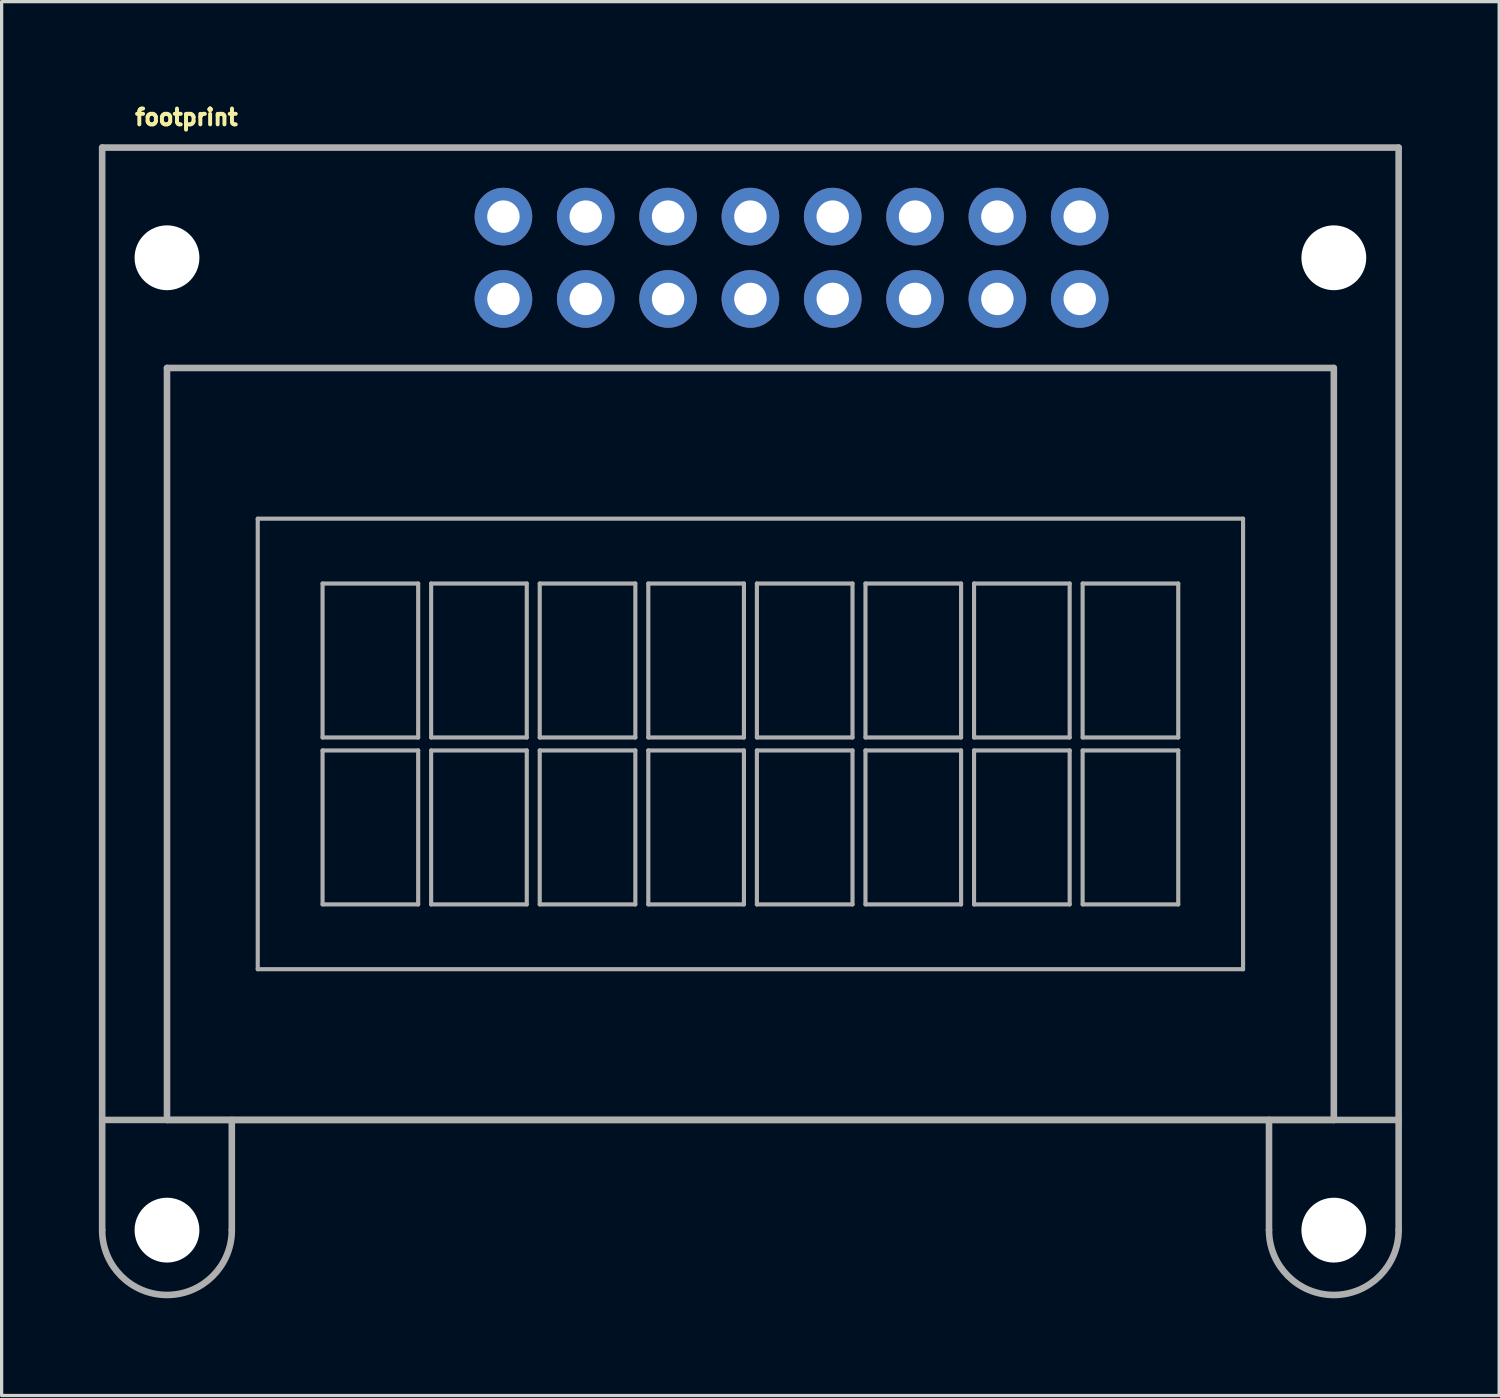
<source format=kicad_pcb>
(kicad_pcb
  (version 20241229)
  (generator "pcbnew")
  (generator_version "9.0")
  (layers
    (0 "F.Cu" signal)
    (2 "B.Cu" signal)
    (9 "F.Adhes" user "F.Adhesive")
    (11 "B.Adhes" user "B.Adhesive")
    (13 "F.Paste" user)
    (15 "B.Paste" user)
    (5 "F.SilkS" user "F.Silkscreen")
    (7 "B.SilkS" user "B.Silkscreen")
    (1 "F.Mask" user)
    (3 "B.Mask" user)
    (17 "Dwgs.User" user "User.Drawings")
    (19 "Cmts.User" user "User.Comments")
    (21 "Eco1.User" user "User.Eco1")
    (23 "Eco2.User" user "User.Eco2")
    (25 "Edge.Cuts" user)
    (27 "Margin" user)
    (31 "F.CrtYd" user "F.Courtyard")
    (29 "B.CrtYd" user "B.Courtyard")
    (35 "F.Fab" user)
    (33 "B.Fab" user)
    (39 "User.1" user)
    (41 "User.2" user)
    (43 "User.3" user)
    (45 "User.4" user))
  (footprint "footprint"
    (layer "F.Cu")
    (at 20.102 19.903)
    (property "Reference" "footprint" (at -19.05 -19.05 0) (layer "F.SilkS") (effects (font (size 0.488 0.488) (thickness 0.122)) (justify left bottom)))
    (fp_poly (pts (xy 2.699 -16.733) (xy 2.841 -16.658) (xy 2.957 -16.539) (xy 3.047 -16.244) (xy 3.02 -16.084) (xy 2.948 -15.945) (xy 2.836 -15.835) (xy 2.695 -15.764) (xy 2.54 -15.741) (xy 2.387 -15.762) (xy 2.246 -15.83) (xy 2.13 -15.941) (xy 2.031 -16.223) (xy 2.053 -16.389) (xy 2.123 -16.536) (xy 2.239 -16.658) (xy 2.535 -16.762)) (stroke (width 0) (type solid)) (fill yes) (layer "F.Mask"))
    (fp_poly (pts (xy 2.699 -14.193) (xy 2.841 -14.118) (xy 2.957 -13.999) (xy 3.047 -13.704) (xy 3.02 -13.544) (xy 2.948 -13.405) (xy 2.836 -13.295) (xy 2.695 -13.224) (xy 2.54 -13.201) (xy 2.387 -13.222) (xy 2.246 -13.29) (xy 2.13 -13.401) (xy 2.031 -13.683) (xy 2.053 -13.849) (xy 2.123 -13.996) (xy 2.239 -14.118) (xy 2.535 -14.222)) (stroke (width 0) (type solid)) (fill yes) (layer "F.Mask"))
    (fp_poly (pts (xy 5.239 -16.733) (xy 5.381 -16.658) (xy 5.497 -16.539) (xy 5.587 -16.244) (xy 5.56 -16.084) (xy 5.488 -15.945) (xy 5.376 -15.835) (xy 5.235 -15.764) (xy 5.08 -15.741) (xy 4.927 -15.762) (xy 4.786 -15.83) (xy 4.67 -15.941) (xy 4.571 -16.223) (xy 4.593 -16.389) (xy 4.663 -16.536) (xy 4.779 -16.658) (xy 5.075 -16.762)) (stroke (width 0) (type solid)) (fill yes) (layer "F.Mask"))
    (fp_poly (pts (xy 5.239 -14.193) (xy 5.381 -14.118) (xy 5.497 -13.999) (xy 5.587 -13.704) (xy 5.56 -13.544) (xy 5.488 -13.405) (xy 5.376 -13.295) (xy 5.235 -13.224) (xy 5.08 -13.201) (xy 4.927 -13.222) (xy 4.786 -13.29) (xy 4.67 -13.401) (xy 4.571 -13.683) (xy 4.593 -13.849) (xy 4.663 -13.996) (xy 4.779 -14.118) (xy 5.075 -14.222)) (stroke (width 0) (type solid)) (fill yes) (layer "F.Mask"))
    (fp_poly (pts (xy 7.779 -16.733) (xy 7.921 -16.658) (xy 8.037 -16.539) (xy 8.127 -16.244) (xy 8.1 -16.084) (xy 8.028 -15.945) (xy 7.916 -15.835) (xy 7.775 -15.764) (xy 7.62 -15.741) (xy 7.467 -15.762) (xy 7.326 -15.83) (xy 7.21 -15.941) (xy 7.111 -16.223) (xy 7.133 -16.389) (xy 7.203 -16.536) (xy 7.319 -16.658) (xy 7.615 -16.762)) (stroke (width 0) (type solid)) (fill yes) (layer "F.Mask"))
    (fp_poly (pts (xy 7.779 -14.193) (xy 7.921 -14.118) (xy 8.037 -13.999) (xy 8.127 -13.704) (xy 8.1 -13.544) (xy 8.028 -13.405) (xy 7.916 -13.295) (xy 7.775 -13.224) (xy 7.62 -13.201) (xy 7.467 -13.222) (xy 7.326 -13.29) (xy 7.21 -13.401) (xy 7.111 -13.683) (xy 7.133 -13.849) (xy 7.203 -13.996) (xy 7.319 -14.118) (xy 7.615 -14.222)) (stroke (width 0) (type solid)) (fill yes) (layer "F.Mask"))
    (fp_poly (pts (xy 10.319 -16.733) (xy 10.461 -16.658) (xy 10.577 -16.539) (xy 10.667 -16.244) (xy 10.64 -16.084) (xy 10.568 -15.945) (xy 10.456 -15.835) (xy 10.315 -15.764) (xy 10.16 -15.741) (xy 10.007 -15.762) (xy 9.866 -15.83) (xy 9.75 -15.941) (xy 9.651 -16.223) (xy 9.673 -16.389) (xy 9.743 -16.536) (xy 9.859 -16.658) (xy 10.155 -16.762)) (stroke (width 0) (type solid)) (fill yes) (layer "F.Mask"))
    (fp_poly (pts (xy 10.319 -14.193) (xy 10.461 -14.118) (xy 10.577 -13.999) (xy 10.667 -13.704) (xy 10.64 -13.544) (xy 10.568 -13.405) (xy 10.456 -13.295) (xy 10.315 -13.224) (xy 10.16 -13.201) (xy 10.007 -13.222) (xy 9.866 -13.29) (xy 9.75 -13.401) (xy 9.651 -13.683) (xy 9.673 -13.849) (xy 9.743 -13.996) (xy 9.859 -14.118) (xy 10.155 -14.222)) (stroke (width 0) (type solid)) (fill yes) (layer "F.Mask"))
    (fp_poly (pts (xy 0.159 -16.733) (xy 0.301 -16.658) (xy 0.417 -16.539) (xy 0.507 -16.244) (xy 0.48 -16.084) (xy 0.408 -15.945) (xy 0.296 -15.835) (xy 0.155 -15.764) (xy 0.009 -15.743) (xy 0.000001 -15.805) (xy -0.008 -15.743) (xy -0.153 -15.762) (xy -0.294 -15.83) (xy -0.41 -15.941) (xy -0.509 -16.223) (xy -0.487 -16.389) (xy -0.417 -16.536) (xy -0.301 -16.658) (xy -0.005 -16.762)) (stroke (width 0) (type solid)) (fill yes) (layer "F.Mask"))
    (fp_poly (pts (xy 0.159 -14.193) (xy 0.301 -14.118) (xy 0.417 -13.999) (xy 0.507 -13.704) (xy 0.48 -13.544) (xy 0.408 -13.405) (xy 0.296 -13.295) (xy 0.155 -13.224) (xy 0.009 -13.203) (xy 0.000001 -13.265) (xy -0.008 -13.203) (xy -0.153 -13.222) (xy -0.294 -13.29) (xy -0.41 -13.401) (xy -0.509 -13.683) (xy -0.487 -13.849) (xy -0.417 -13.996) (xy -0.301 -14.118) (xy -0.005 -14.222)) (stroke (width 0) (type solid)) (fill yes) (layer "F.Mask"))
    (fp_poly (pts (xy -7.461 -16.733) (xy -7.319 -16.658) (xy -7.203 -16.539) (xy -7.115 -16.249) (xy -7.115 -16.235) (xy -7.14 -16.084) (xy -7.212 -15.945) (xy -7.324 -15.835) (xy -7.465 -15.764) (xy -7.611 -15.743) (xy -7.62 -15.805) (xy -7.628 -15.743) (xy -7.773 -15.762) (xy -7.914 -15.83) (xy -8.03 -15.941) (xy -8.129 -16.223) (xy -8.107 -16.389) (xy -8.037 -16.536) (xy -7.921 -16.658) (xy -7.625 -16.762)) (stroke (width 0) (type solid)) (fill yes) (layer "F.Mask"))
    (fp_poly (pts (xy -7.461 -14.193) (xy -7.319 -14.118) (xy -7.203 -13.999) (xy -7.115 -13.709) (xy -7.115 -13.695) (xy -7.14 -13.544) (xy -7.212 -13.405) (xy -7.324 -13.295) (xy -7.465 -13.224) (xy -7.611 -13.203) (xy -7.62 -13.265) (xy -7.628 -13.203) (xy -7.773 -13.222) (xy -7.914 -13.29) (xy -8.03 -13.401) (xy -8.129 -13.683) (xy -8.107 -13.849) (xy -8.037 -13.996) (xy -7.921 -14.118) (xy -7.625 -14.222)) (stroke (width 0) (type solid)) (fill yes) (layer "F.Mask"))
    (fp_poly (pts (xy -4.921 -16.733) (xy -4.779 -16.658) (xy -4.663 -16.539) (xy -4.575 -16.249) (xy -4.575 -16.235) (xy -4.6 -16.084) (xy -4.672 -15.945) (xy -4.784 -15.835) (xy -4.925 -15.764) (xy -5.071 -15.743) (xy -5.08 -15.805) (xy -5.088 -15.743) (xy -5.233 -15.762) (xy -5.374 -15.83) (xy -5.49 -15.941) (xy -5.589 -16.223) (xy -5.567 -16.389) (xy -5.497 -16.536) (xy -5.381 -16.658) (xy -5.085 -16.762)) (stroke (width 0) (type solid)) (fill yes) (layer "F.Mask"))
    (fp_poly (pts (xy -4.921 -14.193) (xy -4.779 -14.118) (xy -4.663 -13.999) (xy -4.575 -13.709) (xy -4.575 -13.695) (xy -4.6 -13.544) (xy -4.672 -13.405) (xy -4.784 -13.295) (xy -4.925 -13.224) (xy -5.071 -13.203) (xy -5.08 -13.265) (xy -5.088 -13.203) (xy -5.233 -13.222) (xy -5.374 -13.29) (xy -5.49 -13.401) (xy -5.589 -13.683) (xy -5.567 -13.849) (xy -5.497 -13.996) (xy -5.381 -14.118) (xy -5.085 -14.222)) (stroke (width 0) (type solid)) (fill yes) (layer "F.Mask"))
    (fp_poly (pts (xy -2.381 -16.733) (xy -2.239 -16.658) (xy -2.123 -16.539) (xy -2.035 -16.249) (xy -2.035 -16.235) (xy -2.06 -16.084) (xy -2.132 -15.945) (xy -2.244 -15.835) (xy -2.385 -15.764) (xy -2.531 -15.743) (xy -2.54 -15.805) (xy -2.548 -15.743) (xy -2.693 -15.762) (xy -2.834 -15.83) (xy -2.95 -15.941) (xy -3.049 -16.223) (xy -3.027 -16.389) (xy -2.957 -16.536) (xy -2.841 -16.658) (xy -2.545 -16.762)) (stroke (width 0) (type solid)) (fill yes) (layer "F.Mask"))
    (fp_poly (pts (xy -2.381 -14.193) (xy -2.239 -14.118) (xy -2.123 -13.999) (xy -2.035 -13.709) (xy -2.035 -13.695) (xy -2.06 -13.544) (xy -2.132 -13.405) (xy -2.244 -13.295) (xy -2.385 -13.224) (xy -2.531 -13.203) (xy -2.54 -13.265) (xy -2.548 -13.203) (xy -2.693 -13.222) (xy -2.834 -13.29) (xy -2.95 -13.401) (xy -3.049 -13.683) (xy -3.027 -13.849) (xy -2.957 -13.996) (xy -2.841 -14.118) (xy -2.545 -14.222)) (stroke (width 0) (type solid)) (fill yes) (layer "F.Mask"))
    (fp_poly (pts (xy -7.419 -17.244) (xy -7.227 -17.182) (xy -7.051 -17.085) (xy -6.897 -16.955) (xy -6.771 -16.797) (xy -6.679 -16.618) (xy -6.623 -16.424) (xy -6.606 -16.224) (xy -6.628 -16.029) (xy -6.687 -15.842) (xy -6.781 -15.67) (xy -6.907 -15.519) (xy -7.06 -15.396) (xy -7.234 -15.306) (xy -7.423 -15.251) (xy -7.617 -15.234) (xy -7.813 -15.25) (xy -8.003 -15.305) (xy -8.178 -15.396) (xy -8.332 -15.519) (xy -8.459 -15.67) (xy -8.556 -15.845) (xy -8.635 -16.214) (xy -8.572 -16.227) (xy -8.636 -16.233) (xy -8.619 -16.427) (xy -8.563 -16.621) (xy -8.47 -16.799) (xy -8.344 -16.957) (xy -8.19 -17.086) (xy -8.01 -17.185) (xy -7.623 -17.267)) (stroke (width 0) (type solid)) (fill yes) (layer "B.Mask"))
    (fp_poly (pts (xy -7.419 -14.704) (xy -7.227 -14.642) (xy -7.051 -14.545) (xy -6.897 -14.415) (xy -6.771 -14.257) (xy -6.679 -14.078) (xy -6.623 -13.884) (xy -6.606 -13.684) (xy -6.628 -13.489) (xy -6.687 -13.302) (xy -6.781 -13.13) (xy -6.907 -12.979) (xy -7.06 -12.856) (xy -7.234 -12.766) (xy -7.423 -12.711) (xy -7.617 -12.694) (xy -7.813 -12.71) (xy -8.003 -12.765) (xy -8.178 -12.856) (xy -8.332 -12.979) (xy -8.459 -13.13) (xy -8.556 -13.305) (xy -8.635 -13.674) (xy -8.572 -13.687) (xy -8.636 -13.693) (xy -8.619 -13.887) (xy -8.563 -14.081) (xy -8.47 -14.259) (xy -8.344 -14.417) (xy -8.19 -14.546) (xy -8.01 -14.645) (xy -7.623 -14.727)) (stroke (width 0) (type solid)) (fill yes) (layer "B.Mask"))
    (fp_poly (pts (xy -4.879 -17.244) (xy -4.687 -17.182) (xy -4.511 -17.085) (xy -4.357 -16.955) (xy -4.231 -16.797) (xy -4.139 -16.618) (xy -4.083 -16.424) (xy -4.066 -16.224) (xy -4.088 -16.029) (xy -4.147 -15.842) (xy -4.241 -15.67) (xy -4.367 -15.519) (xy -4.52 -15.396) (xy -4.694 -15.306) (xy -4.883 -15.251) (xy -5.077 -15.234) (xy -5.273 -15.25) (xy -5.463 -15.305) (xy -5.638 -15.396) (xy -5.792 -15.519) (xy -5.919 -15.67) (xy -6.016 -15.845) (xy -6.095 -16.214) (xy -6.032 -16.227) (xy -6.096 -16.233) (xy -6.079 -16.427) (xy -6.023 -16.621) (xy -5.93 -16.799) (xy -5.804 -16.957) (xy -5.65 -17.086) (xy -5.47 -17.185) (xy -5.083 -17.267)) (stroke (width 0) (type solid)) (fill yes) (layer "B.Mask"))
    (fp_poly (pts (xy -4.879 -14.704) (xy -4.687 -14.642) (xy -4.511 -14.545) (xy -4.357 -14.415) (xy -4.231 -14.257) (xy -4.139 -14.078) (xy -4.083 -13.884) (xy -4.066 -13.684) (xy -4.088 -13.489) (xy -4.147 -13.302) (xy -4.241 -13.13) (xy -4.367 -12.979) (xy -4.52 -12.856) (xy -4.694 -12.766) (xy -4.883 -12.711) (xy -5.077 -12.694) (xy -5.273 -12.71) (xy -5.463 -12.765) (xy -5.638 -12.856) (xy -5.792 -12.979) (xy -5.919 -13.13) (xy -6.016 -13.305) (xy -6.095 -13.674) (xy -6.032 -13.687) (xy -6.096 -13.693) (xy -6.079 -13.887) (xy -6.023 -14.081) (xy -5.93 -14.259) (xy -5.804 -14.417) (xy -5.65 -14.546) (xy -5.47 -14.645) (xy -5.083 -14.727)) (stroke (width 0) (type solid)) (fill yes) (layer "B.Mask"))
    (fp_poly (pts (xy -2.339 -17.244) (xy -2.147 -17.182) (xy -1.971 -17.085) (xy -1.817 -16.955) (xy -1.691 -16.797) (xy -1.599 -16.618) (xy -1.543 -16.424) (xy -1.526 -16.224) (xy -1.548 -16.029) (xy -1.607 -15.842) (xy -1.701 -15.67) (xy -1.827 -15.519) (xy -1.98 -15.396) (xy -2.154 -15.306) (xy -2.343 -15.251) (xy -2.537 -15.234) (xy -2.733 -15.25) (xy -2.923 -15.305) (xy -3.098 -15.396) (xy -3.252 -15.519) (xy -3.379 -15.67) (xy -3.476 -15.845) (xy -3.555 -16.214) (xy -3.492 -16.227) (xy -3.556 -16.233) (xy -3.539 -16.427) (xy -3.483 -16.621) (xy -3.39 -16.799) (xy -3.264 -16.957) (xy -3.11 -17.086) (xy -2.93 -17.185) (xy -2.543 -17.267)) (stroke (width 0) (type solid)) (fill yes) (layer "B.Mask"))
    (fp_poly (pts (xy -2.339 -14.704) (xy -2.147 -14.642) (xy -1.971 -14.545) (xy -1.817 -14.415) (xy -1.691 -14.257) (xy -1.599 -14.078) (xy -1.543 -13.884) (xy -1.526 -13.684) (xy -1.548 -13.489) (xy -1.607 -13.302) (xy -1.701 -13.13) (xy -1.827 -12.979) (xy -1.98 -12.856) (xy -2.154 -12.766) (xy -2.343 -12.711) (xy -2.537 -12.694) (xy -2.733 -12.71) (xy -2.923 -12.765) (xy -3.098 -12.856) (xy -3.252 -12.979) (xy -3.379 -13.13) (xy -3.476 -13.305) (xy -3.555 -13.674) (xy -3.492 -13.687) (xy -3.556 -13.693) (xy -3.539 -13.887) (xy -3.483 -14.081) (xy -3.39 -14.259) (xy -3.264 -14.417) (xy -3.11 -14.546) (xy -2.93 -14.645) (xy -2.543 -14.727)) (stroke (width 0) (type solid)) (fill yes) (layer "B.Mask"))
    (fp_poly (pts (xy 2.741 -17.244) (xy 2.933 -17.182) (xy 3.109 -17.085) (xy 3.263 -16.955) (xy 3.389 -16.797) (xy 3.481 -16.618) (xy 3.537 -16.424) (xy 3.553 -16.23) (xy 3.49 -16.225) (xy 3.553 -16.218) (xy 3.532 -16.029) (xy 3.473 -15.842) (xy 3.379 -15.67) (xy 3.253 -15.519) (xy 3.1 -15.396) (xy 2.926 -15.306) (xy 2.737 -15.251) (xy 2.543 -15.234) (xy 2.347 -15.25) (xy 2.157 -15.305) (xy 1.982 -15.396) (xy 1.828 -15.519) (xy 1.701 -15.67) (xy 1.604 -15.845) (xy 1.525 -16.214) (xy 1.588 -16.227) (xy 1.524 -16.233) (xy 1.541 -16.427) (xy 1.597 -16.621) (xy 1.69 -16.799) (xy 1.816 -16.957) (xy 1.97 -17.086) (xy 2.15 -17.185) (xy 2.537 -17.267)) (stroke (width 0) (type solid)) (fill yes) (layer "B.Mask"))
    (fp_poly (pts (xy 2.741 -14.704) (xy 2.933 -14.642) (xy 3.109 -14.545) (xy 3.263 -14.415) (xy 3.389 -14.257) (xy 3.481 -14.078) (xy 3.537 -13.884) (xy 3.553 -13.69) (xy 3.49 -13.685) (xy 3.553 -13.678) (xy 3.532 -13.489) (xy 3.473 -13.302) (xy 3.379 -13.13) (xy 3.253 -12.979) (xy 3.1 -12.856) (xy 2.926 -12.766) (xy 2.737 -12.711) (xy 2.543 -12.694) (xy 2.347 -12.71) (xy 2.157 -12.765) (xy 1.982 -12.856) (xy 1.828 -12.979) (xy 1.701 -13.13) (xy 1.604 -13.305) (xy 1.525 -13.674) (xy 1.588 -13.687) (xy 1.524 -13.693) (xy 1.541 -13.887) (xy 1.597 -14.081) (xy 1.69 -14.259) (xy 1.816 -14.417) (xy 1.97 -14.546) (xy 2.15 -14.645) (xy 2.537 -14.727)) (stroke (width 0) (type solid)) (fill yes) (layer "B.Mask"))
    (fp_poly (pts (xy 5.281 -17.244) (xy 5.473 -17.182) (xy 5.649 -17.085) (xy 5.803 -16.955) (xy 5.929 -16.797) (xy 6.021 -16.618) (xy 6.077 -16.424) (xy 6.093 -16.23) (xy 6.03 -16.225) (xy 6.093 -16.218) (xy 6.072 -16.029) (xy 6.013 -15.842) (xy 5.919 -15.67) (xy 5.793 -15.519) (xy 5.64 -15.396) (xy 5.466 -15.306) (xy 5.277 -15.251) (xy 5.083 -15.234) (xy 4.887 -15.25) (xy 4.697 -15.305) (xy 4.522 -15.396) (xy 4.368 -15.519) (xy 4.241 -15.67) (xy 4.144 -15.845) (xy 4.065 -16.214) (xy 4.128 -16.227) (xy 4.064 -16.233) (xy 4.081 -16.427) (xy 4.137 -16.621) (xy 4.23 -16.799) (xy 4.356 -16.957) (xy 4.51 -17.086) (xy 4.69 -17.185) (xy 5.077 -17.267)) (stroke (width 0) (type solid)) (fill yes) (layer "B.Mask"))
    (fp_poly (pts (xy 5.281 -14.704) (xy 5.473 -14.642) (xy 5.649 -14.545) (xy 5.803 -14.415) (xy 5.929 -14.257) (xy 6.021 -14.078) (xy 6.077 -13.884) (xy 6.093 -13.69) (xy 6.03 -13.685) (xy 6.093 -13.678) (xy 6.072 -13.489) (xy 6.013 -13.302) (xy 5.919 -13.13) (xy 5.793 -12.979) (xy 5.64 -12.856) (xy 5.466 -12.766) (xy 5.277 -12.711) (xy 5.083 -12.694) (xy 4.887 -12.71) (xy 4.697 -12.765) (xy 4.522 -12.856) (xy 4.368 -12.979) (xy 4.241 -13.13) (xy 4.144 -13.305) (xy 4.065 -13.674) (xy 4.128 -13.687) (xy 4.064 -13.693) (xy 4.081 -13.887) (xy 4.137 -14.081) (xy 4.23 -14.259) (xy 4.356 -14.417) (xy 4.51 -14.546) (xy 4.69 -14.645) (xy 5.077 -14.727)) (stroke (width 0) (type solid)) (fill yes) (layer "B.Mask"))
    (fp_poly (pts (xy 7.821 -17.244) (xy 8.013 -17.182) (xy 8.189 -17.085) (xy 8.343 -16.955) (xy 8.469 -16.797) (xy 8.561 -16.618) (xy 8.617 -16.424) (xy 8.633 -16.23) (xy 8.57 -16.225) (xy 8.633 -16.218) (xy 8.612 -16.029) (xy 8.553 -15.842) (xy 8.459 -15.67) (xy 8.333 -15.519) (xy 8.18 -15.396) (xy 8.006 -15.306) (xy 7.817 -15.251) (xy 7.623 -15.234) (xy 7.427 -15.25) (xy 7.237 -15.305) (xy 7.062 -15.396) (xy 6.908 -15.519) (xy 6.781 -15.67) (xy 6.684 -15.845) (xy 6.605 -16.214) (xy 6.668 -16.227) (xy 6.604 -16.233) (xy 6.621 -16.427) (xy 6.677 -16.621) (xy 6.77 -16.799) (xy 6.896 -16.957) (xy 7.05 -17.086) (xy 7.23 -17.185) (xy 7.617 -17.267)) (stroke (width 0) (type solid)) (fill yes) (layer "B.Mask"))
    (fp_poly (pts (xy 7.821 -14.704) (xy 8.013 -14.642) (xy 8.189 -14.545) (xy 8.343 -14.415) (xy 8.469 -14.257) (xy 8.561 -14.078) (xy 8.617 -13.884) (xy 8.633 -13.69) (xy 8.57 -13.685) (xy 8.633 -13.678) (xy 8.612 -13.489) (xy 8.553 -13.302) (xy 8.459 -13.13) (xy 8.333 -12.979) (xy 8.18 -12.856) (xy 8.006 -12.766) (xy 7.817 -12.711) (xy 7.623 -12.694) (xy 7.427 -12.71) (xy 7.237 -12.765) (xy 7.062 -12.856) (xy 6.908 -12.979) (xy 6.781 -13.13) (xy 6.684 -13.305) (xy 6.605 -13.674) (xy 6.668 -13.687) (xy 6.604 -13.693) (xy 6.621 -13.887) (xy 6.677 -14.081) (xy 6.77 -14.259) (xy 6.896 -14.417) (xy 7.05 -14.546) (xy 7.23 -14.645) (xy 7.617 -14.727)) (stroke (width 0) (type solid)) (fill yes) (layer "B.Mask"))
    (fp_poly (pts (xy 10.361 -17.244) (xy 10.553 -17.182) (xy 10.729 -17.085) (xy 10.883 -16.955) (xy 11.009 -16.797) (xy 11.101 -16.618) (xy 11.157 -16.424) (xy 11.173 -16.23) (xy 11.11 -16.225) (xy 11.173 -16.218) (xy 11.152 -16.029) (xy 11.093 -15.842) (xy 10.999 -15.67) (xy 10.873 -15.519) (xy 10.72 -15.396) (xy 10.546 -15.306) (xy 10.357 -15.251) (xy 10.163 -15.234) (xy 9.967 -15.25) (xy 9.777 -15.305) (xy 9.602 -15.396) (xy 9.448 -15.519) (xy 9.321 -15.67) (xy 9.224 -15.845) (xy 9.145 -16.214) (xy 9.208 -16.227) (xy 9.144 -16.233) (xy 9.161 -16.427) (xy 9.217 -16.621) (xy 9.31 -16.799) (xy 9.436 -16.957) (xy 9.59 -17.086) (xy 9.77 -17.185) (xy 10.157 -17.267)) (stroke (width 0) (type solid)) (fill yes) (layer "B.Mask"))
    (fp_poly (pts (xy 10.361 -14.704) (xy 10.553 -14.642) (xy 10.729 -14.545) (xy 10.883 -14.415) (xy 11.009 -14.257) (xy 11.101 -14.078) (xy 11.157 -13.884) (xy 11.173 -13.69) (xy 11.11 -13.685) (xy 11.173 -13.678) (xy 11.152 -13.489) (xy 11.093 -13.302) (xy 10.999 -13.13) (xy 10.873 -12.979) (xy 10.72 -12.856) (xy 10.546 -12.766) (xy 10.357 -12.711) (xy 10.163 -12.694) (xy 9.967 -12.71) (xy 9.777 -12.765) (xy 9.602 -12.856) (xy 9.448 -12.979) (xy 9.321 -13.13) (xy 9.224 -13.305) (xy 9.145 -13.674) (xy 9.208 -13.687) (xy 9.144 -13.693) (xy 9.161 -13.887) (xy 9.217 -14.081) (xy 9.31 -14.259) (xy 9.436 -14.417) (xy 9.59 -14.546) (xy 9.77 -14.645) (xy 10.157 -14.727)) (stroke (width 0) (type solid)) (fill yes) (layer "B.Mask"))
    (fp_poly (pts (xy 0.201 -17.244) (xy 0.393 -17.182) (xy 0.569 -17.085) (xy 0.723 -16.955) (xy 0.849 -16.797) (xy 0.941 -16.618) (xy 0.997 -16.424) (xy 1.013 -16.23) (xy 0.95 -16.225) (xy 1.013 -16.218) (xy 0.992 -16.029) (xy 0.933 -15.842) (xy 0.839 -15.67) (xy 0.713 -15.519) (xy 0.56 -15.396) (xy 0.386 -15.306) (xy 0.197 -15.251) (xy 0.008 -15.234) (xy 0.003 -15.297) (xy -0.003 -15.234) (xy -0.193 -15.25) (xy -0.383 -15.305) (xy -0.558 -15.396) (xy -0.712 -15.519) (xy -0.839 -15.67) (xy -0.936 -15.845) (xy -1.015 -16.214) (xy -0.952 -16.227) (xy -1.016 -16.233) (xy -0.999 -16.427) (xy -0.943 -16.621) (xy -0.85 -16.799) (xy -0.724 -16.957) (xy -0.57 -17.086) (xy -0.39 -17.185) (xy -0.003 -17.267)) (stroke (width 0) (type solid)) (fill yes) (layer "B.Mask"))
    (fp_poly (pts (xy 0.201 -14.704) (xy 0.393 -14.642) (xy 0.569 -14.545) (xy 0.723 -14.415) (xy 0.849 -14.257) (xy 0.941 -14.078) (xy 0.997 -13.884) (xy 1.013 -13.69) (xy 0.95 -13.685) (xy 1.013 -13.678) (xy 0.992 -13.489) (xy 0.933 -13.302) (xy 0.839 -13.13) (xy 0.713 -12.979) (xy 0.56 -12.856) (xy 0.386 -12.766) (xy 0.197 -12.711) (xy 0.008 -12.694) (xy 0.003 -12.757) (xy -0.003 -12.694) (xy -0.193 -12.71) (xy -0.383 -12.765) (xy -0.558 -12.856) (xy -0.712 -12.979) (xy -0.839 -13.13) (xy -0.936 -13.305) (xy -1.015 -13.674) (xy -0.952 -13.687) (xy -1.016 -13.693) (xy -0.999 -13.887) (xy -0.943 -14.081) (xy -0.85 -14.259) (xy -0.724 -14.417) (xy -0.57 -14.546) (xy -0.39 -14.645) (xy -0.003 -14.727)) (stroke (width 0) (type solid)) (fill yes) (layer "B.Mask"))
    (fp_line (start -20 -18.4) (end 20 -18.4) (stroke (width 0.203) (type solid)) (layer "F.Fab"))
    (fp_line (start -20 11.6) (end -20 -18.4) (stroke (width 0.203) (type solid)) (layer "F.Fab"))
    (fp_line (start -20 15) (end -20 11.6) (stroke (width 0.203) (type solid)) (layer "F.Fab"))
    (fp_line (start -18 -11.6) (end -18 11.6) (stroke (width 0.203) (type solid)) (layer "F.Fab"))
    (fp_line (start -18 -11.6) (end 18 -11.6) (stroke (width 0.203) (type solid)) (layer "F.Fab"))
    (fp_line (start -18 11.6) (end 18 11.6) (stroke (width 0.203) (type solid)) (layer "F.Fab"))
    (fp_line (start -16 15) (end -16 11.6) (stroke (width 0.203) (type solid)) (layer "F.Fab"))
    (fp_line (start -15.2 -6.95) (end -15.2 6.95) (stroke (width 0.127) (type solid)) (layer "F.Fab"))
    (fp_line (start -15.2 6.95) (end 15.2 6.95) (stroke (width 0.127) (type solid)) (layer "F.Fab"))
    (fp_line (start -13.2 -4.95) (end -10.25 -4.95) (stroke (width 0.127) (type solid)) (layer "F.Fab"))
    (fp_line (start -13.2 -0.2) (end -13.2 -4.95) (stroke (width 0.127) (type solid)) (layer "F.Fab"))
    (fp_line (start -13.2 0.2) (end -13.2 4.95) (stroke (width 0.127) (type solid)) (layer "F.Fab"))
    (fp_line (start -13.2 4.95) (end -10.25 4.95) (stroke (width 0.127) (type solid)) (layer "F.Fab"))
    (fp_line (start -10.25 -4.95) (end -10.25 -0.2) (stroke (width 0.127) (type solid)) (layer "F.Fab"))
    (fp_line (start -10.25 -0.2) (end -13.2 -0.2) (stroke (width 0.127) (type solid)) (layer "F.Fab"))
    (fp_line (start -10.25 0.2) (end -13.2 0.2) (stroke (width 0.127) (type solid)) (layer "F.Fab"))
    (fp_line (start -10.25 4.95) (end -10.25 0.2) (stroke (width 0.127) (type solid)) (layer "F.Fab"))
    (fp_line (start -9.85 -4.95) (end -6.9 -4.95) (stroke (width 0.127) (type solid)) (layer "F.Fab"))
    (fp_line (start -9.85 -0.2) (end -9.85 -4.95) (stroke (width 0.127) (type solid)) (layer "F.Fab"))
    (fp_line (start -9.85 0.2) (end -9.85 4.95) (stroke (width 0.127) (type solid)) (layer "F.Fab"))
    (fp_line (start -9.85 4.95) (end -6.9 4.95) (stroke (width 0.127) (type solid)) (layer "F.Fab"))
    (fp_line (start -6.9 -4.95) (end -6.9 -0.2) (stroke (width 0.127) (type solid)) (layer "F.Fab"))
    (fp_line (start -6.9 -0.2) (end -9.85 -0.2) (stroke (width 0.127) (type solid)) (layer "F.Fab"))
    (fp_line (start -6.9 0.2) (end -9.85 0.2) (stroke (width 0.127) (type solid)) (layer "F.Fab"))
    (fp_line (start -6.9 4.95) (end -6.9 0.2) (stroke (width 0.127) (type solid)) (layer "F.Fab"))
    (fp_line (start -6.5 -4.95) (end -3.55 -4.95) (stroke (width 0.127) (type solid)) (layer "F.Fab"))
    (fp_line (start -6.5 -0.2) (end -6.5 -4.95) (stroke (width 0.127) (type solid)) (layer "F.Fab"))
    (fp_line (start -6.5 0.2) (end -6.5 4.95) (stroke (width 0.127) (type solid)) (layer "F.Fab"))
    (fp_line (start -6.5 4.95) (end -3.55 4.95) (stroke (width 0.127) (type solid)) (layer "F.Fab"))
    (fp_line (start -3.55 -4.95) (end -3.55 -0.2) (stroke (width 0.127) (type solid)) (layer "F.Fab"))
    (fp_line (start -3.55 -0.2) (end -6.5 -0.2) (stroke (width 0.127) (type solid)) (layer "F.Fab"))
    (fp_line (start -3.55 0.2) (end -6.5 0.2) (stroke (width 0.127) (type solid)) (layer "F.Fab"))
    (fp_line (start -3.55 4.95) (end -3.55 0.2) (stroke (width 0.127) (type solid)) (layer "F.Fab"))
    (fp_line (start -3.15 -4.95) (end -0.2 -4.95) (stroke (width 0.127) (type solid)) (layer "F.Fab"))
    (fp_line (start -3.15 -0.2) (end -3.15 -4.95) (stroke (width 0.127) (type solid)) (layer "F.Fab"))
    (fp_line (start -3.15 0.2) (end -3.15 4.95) (stroke (width 0.127) (type solid)) (layer "F.Fab"))
    (fp_line (start -3.15 4.95) (end -0.2 4.95) (stroke (width 0.127) (type solid)) (layer "F.Fab"))
    (fp_line (start -0.2 -4.95) (end -0.2 -0.2) (stroke (width 0.127) (type solid)) (layer "F.Fab"))
    (fp_line (start -0.2 -0.2) (end -3.15 -0.2) (stroke (width 0.127) (type solid)) (layer "F.Fab"))
    (fp_line (start -0.2 0.2) (end -3.15 0.2) (stroke (width 0.127) (type solid)) (layer "F.Fab"))
    (fp_line (start -0.2 4.95) (end -0.2 0.2) (stroke (width 0.127) (type solid)) (layer "F.Fab"))
    (fp_line (start 0.2 -4.95) (end 3.15 -4.95) (stroke (width 0.127) (type solid)) (layer "F.Fab"))
    (fp_line (start 0.2 -0.2) (end 0.2 -4.95) (stroke (width 0.127) (type solid)) (layer "F.Fab"))
    (fp_line (start 0.2 0.2) (end 0.2 4.95) (stroke (width 0.127) (type solid)) (layer "F.Fab"))
    (fp_line (start 0.2 4.95) (end 3.15 4.95) (stroke (width 0.127) (type solid)) (layer "F.Fab"))
    (fp_line (start 3.15 -4.95) (end 3.15 -0.2) (stroke (width 0.127) (type solid)) (layer "F.Fab"))
    (fp_line (start 3.15 -0.2) (end 0.2 -0.2) (stroke (width 0.127) (type solid)) (layer "F.Fab"))
    (fp_line (start 3.15 0.2) (end 0.2 0.2) (stroke (width 0.127) (type solid)) (layer "F.Fab"))
    (fp_line (start 3.15 4.95) (end 3.15 0.2) (stroke (width 0.127) (type solid)) (layer "F.Fab"))
    (fp_line (start 3.55 -4.95) (end 6.5 -4.95) (stroke (width 0.127) (type solid)) (layer "F.Fab"))
    (fp_line (start 3.55 -0.2) (end 3.55 -4.95) (stroke (width 0.127) (type solid)) (layer "F.Fab"))
    (fp_line (start 3.55 0.2) (end 3.55 4.95) (stroke (width 0.127) (type solid)) (layer "F.Fab"))
    (fp_line (start 3.55 4.95) (end 6.5 4.95) (stroke (width 0.127) (type solid)) (layer "F.Fab"))
    (fp_line (start 6.5 -4.95) (end 6.5 -0.2) (stroke (width 0.127) (type solid)) (layer "F.Fab"))
    (fp_line (start 6.5 -0.2) (end 3.55 -0.2) (stroke (width 0.127) (type solid)) (layer "F.Fab"))
    (fp_line (start 6.5 0.2) (end 3.55 0.2) (stroke (width 0.127) (type solid)) (layer "F.Fab"))
    (fp_line (start 6.5 4.95) (end 6.5 0.2) (stroke (width 0.127) (type solid)) (layer "F.Fab"))
    (fp_line (start 6.9 -4.95) (end 9.85 -4.95) (stroke (width 0.127) (type solid)) (layer "F.Fab"))
    (fp_line (start 6.9 -0.2) (end 6.9 -4.95) (stroke (width 0.127) (type solid)) (layer "F.Fab"))
    (fp_line (start 6.9 0.2) (end 6.9 4.95) (stroke (width 0.127) (type solid)) (layer "F.Fab"))
    (fp_line (start 6.9 4.95) (end 9.85 4.95) (stroke (width 0.127) (type solid)) (layer "F.Fab"))
    (fp_line (start 9.85 -4.95) (end 9.85 -0.2) (stroke (width 0.127) (type solid)) (layer "F.Fab"))
    (fp_line (start 9.85 -0.2) (end 6.9 -0.2) (stroke (width 0.127) (type solid)) (layer "F.Fab"))
    (fp_line (start 9.85 0.2) (end 6.9 0.2) (stroke (width 0.127) (type solid)) (layer "F.Fab"))
    (fp_line (start 9.85 4.95) (end 9.85 0.2) (stroke (width 0.127) (type solid)) (layer "F.Fab"))
    (fp_line (start 10.25 -4.95) (end 13.2 -4.95) (stroke (width 0.127) (type solid)) (layer "F.Fab"))
    (fp_line (start 10.25 -0.2) (end 10.25 -4.95) (stroke (width 0.127) (type solid)) (layer "F.Fab"))
    (fp_line (start 10.25 0.2) (end 10.25 4.95) (stroke (width 0.127) (type solid)) (layer "F.Fab"))
    (fp_line (start 10.25 4.95) (end 13.2 4.95) (stroke (width 0.127) (type solid)) (layer "F.Fab"))
    (fp_line (start 13.2 -4.95) (end 13.2 -0.2) (stroke (width 0.127) (type solid)) (layer "F.Fab"))
    (fp_line (start 13.2 -0.2) (end 10.25 -0.2) (stroke (width 0.127) (type solid)) (layer "F.Fab"))
    (fp_line (start 13.2 0.2) (end 10.25 0.2) (stroke (width 0.127) (type solid)) (layer "F.Fab"))
    (fp_line (start 13.2 4.95) (end 13.2 0.2) (stroke (width 0.127) (type solid)) (layer "F.Fab"))
    (fp_line (start 15.2 -6.95) (end -15.2 -6.95) (stroke (width 0.127) (type solid)) (layer "F.Fab"))
    (fp_line (start 15.2 6.95) (end 15.2 -6.95) (stroke (width 0.127) (type solid)) (layer "F.Fab"))
    (fp_line (start 16 15) (end 16 11.6) (stroke (width 0.203) (type solid)) (layer "F.Fab"))
    (fp_line (start 18 -11.6) (end 18 11.6) (stroke (width 0.203) (type solid)) (layer "F.Fab"))
    (fp_line (start 20 -18.4) (end 20 11.6) (stroke (width 0.203) (type solid)) (layer "F.Fab"))
    (fp_line (start 20 11.6) (end -20 11.6) (stroke (width 0.203) (type solid)) (layer "F.Fab"))
    (fp_line (start 20 15) (end 20 11.6) (stroke (width 0.203) (type solid)) (layer "F.Fab"))
    (fp_arc (start -16 15) (mid -18 17) (end -20 15) (stroke (width 0.2032) (type solid)) (layer "F.Fab"))
    (fp_arc (start 20 15) (mid 18 17) (end 16 15) (stroke (width 0.2032) (type solid)) (layer "F.Fab"))
    (pad "" np_thru_hole circle (at -18 -15) (size 2 2) (drill 2) (layers "*.Cu" "*.Mask"))
    (pad "" np_thru_hole circle (at -18 15) (size 2 2) (drill 2) (layers "*.Cu" "*.Mask"))
    (pad "" np_thru_hole circle (at 18 -15) (size 2 2) (drill 2) (layers "*.Cu" "*.Mask"))
    (pad "" np_thru_hole circle (at 18 15) (size 2 2) (drill 2) (layers "*.Cu" "*.Mask"))
    (pad "1" thru_hole circle (at -7.62 -13.73) (size 1.778 1.778) (drill 1) (layers "*.Cu"))
    (pad "2" thru_hole circle (at -7.62 -16.27) (size 1.778 1.778) (drill 1) (layers "*.Cu"))
    (pad "3" thru_hole circle (at -5.08 -13.73) (size 1.778 1.778) (drill 1) (layers "*.Cu"))
    (pad "4" thru_hole circle (at -5.08 -16.27) (size 1.778 1.778) (drill 1) (layers "*.Cu"))
    (pad "5" thru_hole circle (at -2.54 -13.73) (size 1.778 1.778) (drill 1) (layers "*.Cu"))
    (pad "6" thru_hole circle (at -2.54 -16.27) (size 1.778 1.778) (drill 1) (layers "*.Cu"))
    (pad "7" thru_hole circle (at 0 -13.73) (size 1.778 1.778) (drill 1) (layers "*.Cu"))
    (pad "8" thru_hole circle (at 0 -16.27) (size 1.778 1.778) (drill 1) (layers "*.Cu"))
    (pad "9" thru_hole circle (at 2.54 -13.73) (size 1.778 1.778) (drill 1) (layers "*.Cu"))
    (pad "10" thru_hole circle (at 2.54 -16.27) (size 1.778 1.778) (drill 1) (layers "*.Cu"))
    (pad "11" thru_hole circle (at 5.08 -13.73) (size 1.778 1.778) (drill 1) (layers "*.Cu"))
    (pad "12" thru_hole circle (at 5.08 -16.27) (size 1.778 1.778) (drill 1) (layers "*.Cu"))
    (pad "13" thru_hole circle (at 7.62 -13.73) (size 1.778 1.778) (drill 1) (layers "*.Cu"))
    (pad "14" thru_hole circle (at 7.62 -16.27) (size 1.778 1.778) (drill 1) (layers "*.Cu"))
    (pad "15" thru_hole circle (at 10.16 -13.73) (size 1.778 1.778) (drill 1) (layers "*.Cu"))
    (pad "16" thru_hole circle (at 10.16 -16.27) (size 1.778 1.778) (drill 1) (layers "*.Cu")))
  (gr_rect
    (start -3 -3)
    (end 43.203 40.005)
    (stroke (width 0.1) (type default))
    (fill no)
    (layer "Edge.Cuts")))
</source>
